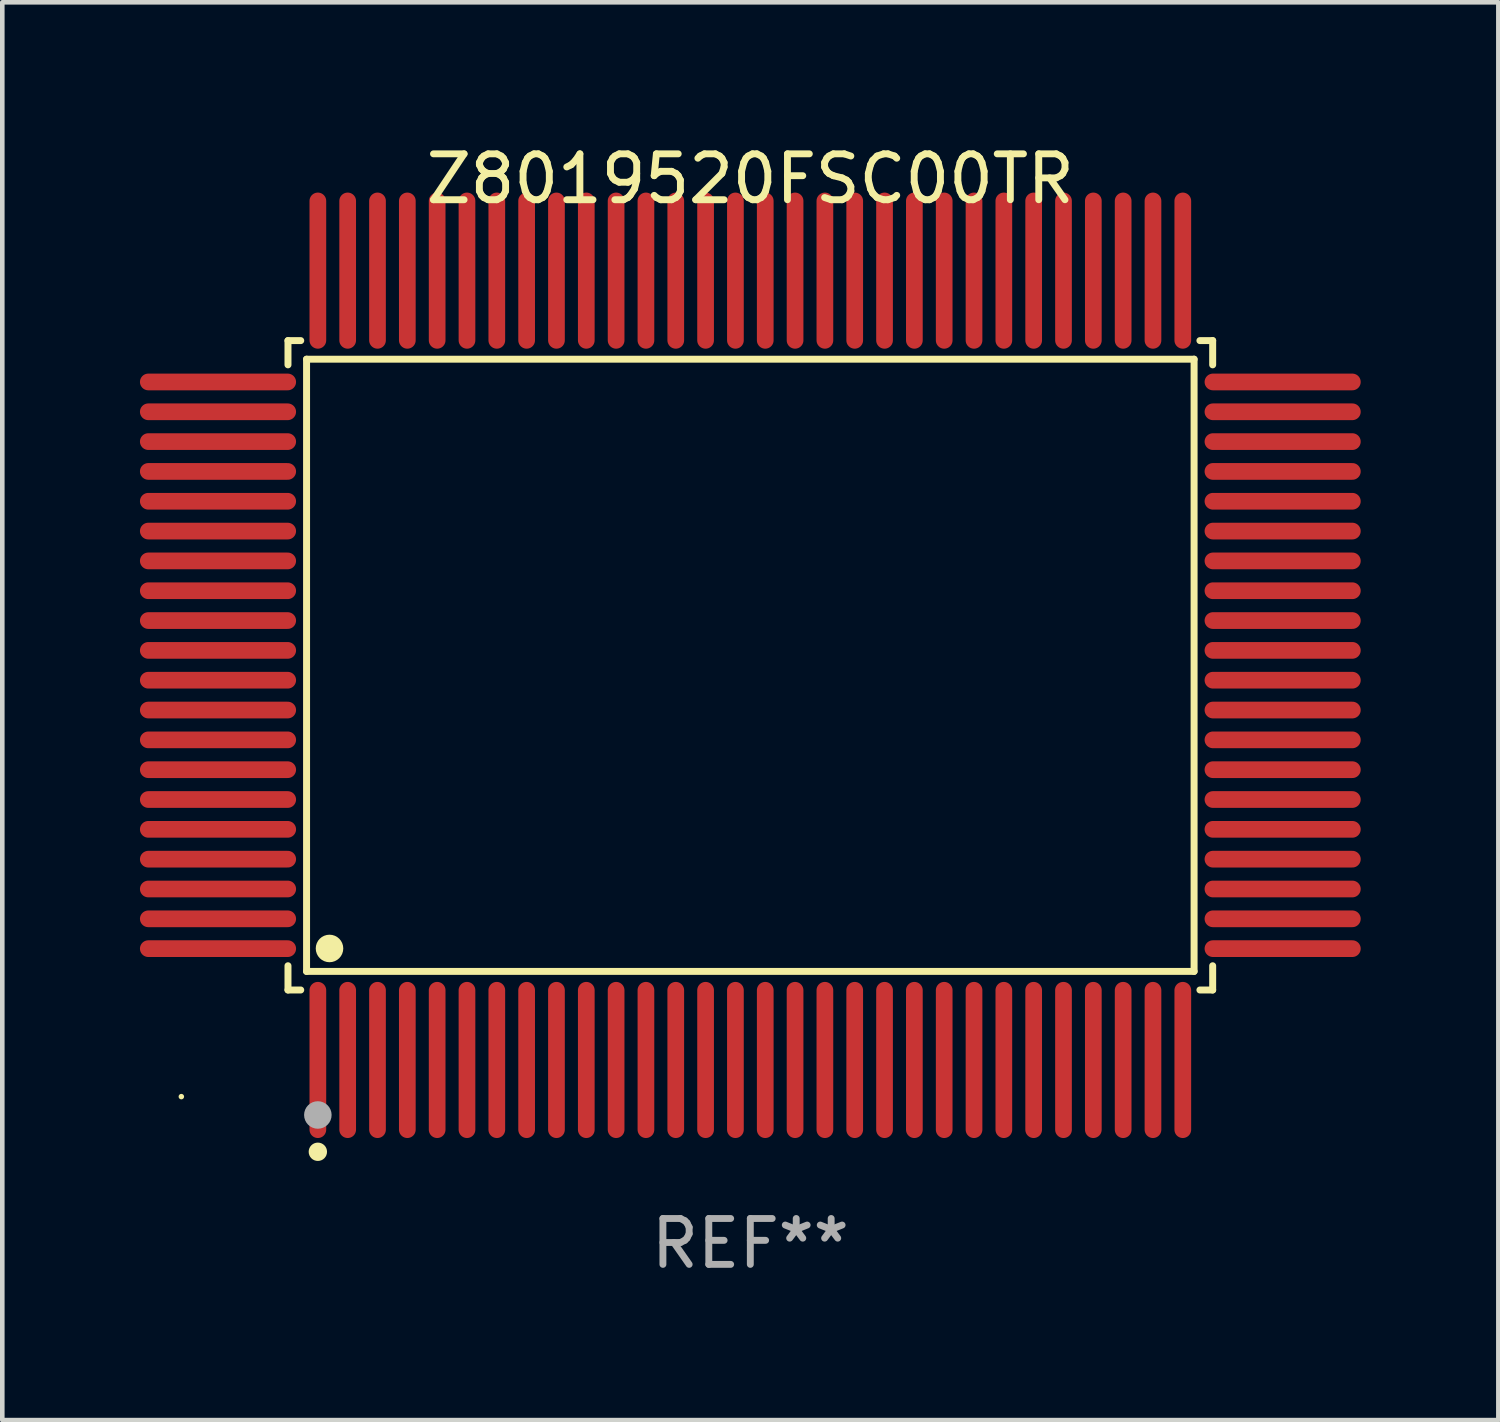
<source format=kicad_pcb>
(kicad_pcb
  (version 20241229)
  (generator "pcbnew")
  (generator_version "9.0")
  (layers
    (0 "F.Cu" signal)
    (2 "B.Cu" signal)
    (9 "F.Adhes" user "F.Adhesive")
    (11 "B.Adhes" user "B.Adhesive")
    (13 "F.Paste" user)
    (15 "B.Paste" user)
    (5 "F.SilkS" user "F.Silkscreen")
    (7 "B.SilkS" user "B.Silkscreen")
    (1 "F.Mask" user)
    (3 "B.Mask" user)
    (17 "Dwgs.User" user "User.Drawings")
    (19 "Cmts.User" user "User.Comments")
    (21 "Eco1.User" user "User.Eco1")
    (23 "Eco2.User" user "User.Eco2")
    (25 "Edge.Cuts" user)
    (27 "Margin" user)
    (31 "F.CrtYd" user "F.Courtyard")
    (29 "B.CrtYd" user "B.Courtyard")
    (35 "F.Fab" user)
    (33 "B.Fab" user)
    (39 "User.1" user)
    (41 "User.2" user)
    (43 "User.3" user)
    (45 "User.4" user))
  (footprint "Z8019520FSC00TR"
    (layer "F.Cu")
    (at 13.302 11.449)
    (property "Reference" "Z8019520FSC00TR" (at 0 -10.601 0) (layer "F.SilkS") (effects (font (size 1 1) (thickness 0.15))))
    (attr through_hole)
    (fp_line (start -10.076 -7.076) (end -9.798 -7.076) (stroke (width 0.152) (type solid)) (layer "F.SilkS"))
    (fp_line (start -10.076 -6.548) (end -10.076 -7.076) (stroke (width 0.152) (type solid)) (layer "F.SilkS"))
    (fp_line (start -10.076 6.548) (end -10.076 7.076) (stroke (width 0.152) (type solid)) (layer "F.SilkS"))
    (fp_line (start -10.076 7.076) (end -9.798 7.076) (stroke (width 0.152) (type solid)) (layer "F.SilkS"))
    (fp_line (start -9.671 -6.671) (end 9.671 -6.671) (stroke (width 0.152) (type solid)) (layer "F.SilkS"))
    (fp_line (start -9.671 6.671) (end -9.671 -6.671) (stroke (width 0.152) (type solid)) (layer "F.SilkS"))
    (fp_line (start 9.671 -6.671) (end 9.671 6.671) (stroke (width 0.152) (type solid)) (layer "F.SilkS"))
    (fp_line (start 9.671 6.671) (end -9.671 6.671) (stroke (width 0.152) (type solid)) (layer "F.SilkS"))
    (fp_line (start 10.076 -7.076) (end 9.798 -7.076) (stroke (width 0.152) (type solid)) (layer "F.SilkS"))
    (fp_line (start 10.076 -6.548) (end 10.076 -7.076) (stroke (width 0.152) (type solid)) (layer "F.SilkS"))
    (fp_line (start 10.076 6.548) (end 10.076 7.076) (stroke (width 0.152) (type solid)) (layer "F.SilkS"))
    (fp_line (start 10.076 7.076) (end 9.798 7.076) (stroke (width 0.152) (type solid)) (layer "F.SilkS"))
    (fp_circle (center -12.4 9.4) (end -12.37 9.4) (stroke (width 0.06) (type solid)) (fill no) (layer "F.SilkS"))
    (fp_circle (center -9.425 10.602) (end -9.325 10.602) (stroke (width 0.2) (type solid)) (fill no) (layer "F.SilkS"))
    (fp_circle (center -9.171 6.171) (end -9.021 6.171) (stroke (width 0.3) (type solid)) (fill no) (layer "F.SilkS"))
    (fp_circle (center -9.425 9.8) (end -9.275 9.8) (stroke (width 0.3) (type solid)) (fill no) (layer "F.Fab"))
    (fp_text user "REF**" (at 0 12.601 0) (layer "F.Fab") (effects (font (size 1 1) (thickness 0.15))))
    (pad "1" smd oval (at -9.425 8.601) (size 0.364 3.402) (layers "F.Cu" "F.Mask" "F.Paste"))
    (pad "2" smd oval (at -8.775 8.601) (size 0.364 3.402) (layers "F.Cu" "F.Mask" "F.Paste"))
    (pad "3" smd oval (at -8.125 8.601) (size 0.364 3.402) (layers "F.Cu" "F.Mask" "F.Paste"))
    (pad "4" smd oval (at -7.475 8.601) (size 0.364 3.402) (layers "F.Cu" "F.Mask" "F.Paste"))
    (pad "5" smd oval (at -6.825 8.601) (size 0.364 3.402) (layers "F.Cu" "F.Mask" "F.Paste"))
    (pad "6" smd oval (at -6.175 8.601) (size 0.364 3.402) (layers "F.Cu" "F.Mask" "F.Paste"))
    (pad "7" smd oval (at -5.525 8.601) (size 0.364 3.402) (layers "F.Cu" "F.Mask" "F.Paste"))
    (pad "8" smd oval (at -4.875 8.601) (size 0.364 3.402) (layers "F.Cu" "F.Mask" "F.Paste"))
    (pad "9" smd oval (at -4.225 8.601) (size 0.364 3.402) (layers "F.Cu" "F.Mask" "F.Paste"))
    (pad "10" smd oval (at -3.575 8.601) (size 0.364 3.402) (layers "F.Cu" "F.Mask" "F.Paste"))
    (pad "11" smd oval (at -2.925 8.601) (size 0.364 3.402) (layers "F.Cu" "F.Mask" "F.Paste"))
    (pad "12" smd oval (at -2.275 8.601) (size 0.364 3.402) (layers "F.Cu" "F.Mask" "F.Paste"))
    (pad "13" smd oval (at -1.625 8.601) (size 0.364 3.402) (layers "F.Cu" "F.Mask" "F.Paste"))
    (pad "14" smd oval (at -0.975 8.601) (size 0.364 3.402) (layers "F.Cu" "F.Mask" "F.Paste"))
    (pad "15" smd oval (at -0.325 8.601) (size 0.364 3.402) (layers "F.Cu" "F.Mask" "F.Paste"))
    (pad "16" smd oval (at 0.325 8.601) (size 0.364 3.402) (layers "F.Cu" "F.Mask" "F.Paste"))
    (pad "17" smd oval (at 0.975 8.601) (size 0.364 3.402) (layers "F.Cu" "F.Mask" "F.Paste"))
    (pad "18" smd oval (at 1.625 8.601) (size 0.364 3.402) (layers "F.Cu" "F.Mask" "F.Paste"))
    (pad "19" smd oval (at 2.275 8.601) (size 0.364 3.402) (layers "F.Cu" "F.Mask" "F.Paste"))
    (pad "20" smd oval (at 2.925 8.601) (size 0.364 3.402) (layers "F.Cu" "F.Mask" "F.Paste"))
    (pad "21" smd oval (at 3.575 8.601) (size 0.364 3.402) (layers "F.Cu" "F.Mask" "F.Paste"))
    (pad "22" smd oval (at 4.225 8.601) (size 0.364 3.402) (layers "F.Cu" "F.Mask" "F.Paste"))
    (pad "23" smd oval (at 4.875 8.601) (size 0.364 3.402) (layers "F.Cu" "F.Mask" "F.Paste"))
    (pad "24" smd oval (at 5.525 8.601) (size 0.364 3.402) (layers "F.Cu" "F.Mask" "F.Paste"))
    (pad "25" smd oval (at 6.175 8.601) (size 0.364 3.402) (layers "F.Cu" "F.Mask" "F.Paste"))
    (pad "26" smd oval (at 6.825 8.601) (size 0.364 3.402) (layers "F.Cu" "F.Mask" "F.Paste"))
    (pad "27" smd oval (at 7.475 8.601) (size 0.364 3.402) (layers "F.Cu" "F.Mask" "F.Paste"))
    (pad "28" smd oval (at 8.125 8.601) (size 0.364 3.402) (layers "F.Cu" "F.Mask" "F.Paste"))
    (pad "29" smd oval (at 8.775 8.601) (size 0.364 3.402) (layers "F.Cu" "F.Mask" "F.Paste"))
    (pad "30" smd oval (at 9.425 8.601) (size 0.364 3.402) (layers "F.Cu" "F.Mask" "F.Paste"))
    (pad "31" smd oval (at 11.601 6.175) (size 3.402 0.364) (layers "F.Cu" "F.Mask" "F.Paste"))
    (pad "32" smd oval (at 11.601 5.525) (size 3.402 0.364) (layers "F.Cu" "F.Mask" "F.Paste"))
    (pad "33" smd oval (at 11.601 4.875) (size 3.402 0.364) (layers "F.Cu" "F.Mask" "F.Paste"))
    (pad "34" smd oval (at 11.601 4.225) (size 3.402 0.364) (layers "F.Cu" "F.Mask" "F.Paste"))
    (pad "35" smd oval (at 11.601 3.575) (size 3.402 0.364) (layers "F.Cu" "F.Mask" "F.Paste"))
    (pad "36" smd oval (at 11.601 2.925) (size 3.402 0.364) (layers "F.Cu" "F.Mask" "F.Paste"))
    (pad "37" smd oval (at 11.601 2.275) (size 3.402 0.364) (layers "F.Cu" "F.Mask" "F.Paste"))
    (pad "38" smd oval (at 11.601 1.625) (size 3.402 0.364) (layers "F.Cu" "F.Mask" "F.Paste"))
    (pad "39" smd oval (at 11.601 0.975) (size 3.402 0.364) (layers "F.Cu" "F.Mask" "F.Paste"))
    (pad "40" smd oval (at 11.601 0.325) (size 3.402 0.364) (layers "F.Cu" "F.Mask" "F.Paste"))
    (pad "41" smd oval (at 11.601 -0.325) (size 3.402 0.364) (layers "F.Cu" "F.Mask" "F.Paste"))
    (pad "42" smd oval (at 11.601 -0.975) (size 3.402 0.364) (layers "F.Cu" "F.Mask" "F.Paste"))
    (pad "43" smd oval (at 11.601 -1.625) (size 3.402 0.364) (layers "F.Cu" "F.Mask" "F.Paste"))
    (pad "44" smd oval (at 11.601 -2.275) (size 3.402 0.364) (layers "F.Cu" "F.Mask" "F.Paste"))
    (pad "45" smd oval (at 11.601 -2.925) (size 3.402 0.364) (layers "F.Cu" "F.Mask" "F.Paste"))
    (pad "46" smd oval (at 11.601 -3.575) (size 3.402 0.364) (layers "F.Cu" "F.Mask" "F.Paste"))
    (pad "47" smd oval (at 11.601 -4.225) (size 3.402 0.364) (layers "F.Cu" "F.Mask" "F.Paste"))
    (pad "48" smd oval (at 11.601 -4.875) (size 3.402 0.364) (layers "F.Cu" "F.Mask" "F.Paste"))
    (pad "49" smd oval (at 11.601 -5.525) (size 3.402 0.364) (layers "F.Cu" "F.Mask" "F.Paste"))
    (pad "50" smd oval (at 11.601 -6.175) (size 3.402 0.364) (layers "F.Cu" "F.Mask" "F.Paste"))
    (pad "51" smd oval (at 9.425 -8.601) (size 0.364 3.402) (layers "F.Cu" "F.Mask" "F.Paste"))
    (pad "52" smd oval (at 8.775 -8.601) (size 0.364 3.402) (layers "F.Cu" "F.Mask" "F.Paste"))
    (pad "53" smd oval (at 8.125 -8.601) (size 0.364 3.402) (layers "F.Cu" "F.Mask" "F.Paste"))
    (pad "54" smd oval (at 7.475 -8.601) (size 0.364 3.402) (layers "F.Cu" "F.Mask" "F.Paste"))
    (pad "55" smd oval (at 6.825 -8.601) (size 0.364 3.402) (layers "F.Cu" "F.Mask" "F.Paste"))
    (pad "56" smd oval (at 6.175 -8.601) (size 0.364 3.402) (layers "F.Cu" "F.Mask" "F.Paste"))
    (pad "57" smd oval (at 5.525 -8.601) (size 0.364 3.402) (layers "F.Cu" "F.Mask" "F.Paste"))
    (pad "58" smd oval (at 4.875 -8.601) (size 0.364 3.402) (layers "F.Cu" "F.Mask" "F.Paste"))
    (pad "59" smd oval (at 4.225 -8.601) (size 0.364 3.402) (layers "F.Cu" "F.Mask" "F.Paste"))
    (pad "60" smd oval (at 3.575 -8.601) (size 0.364 3.402) (layers "F.Cu" "F.Mask" "F.Paste"))
    (pad "61" smd oval (at 2.925 -8.601) (size 0.364 3.402) (layers "F.Cu" "F.Mask" "F.Paste"))
    (pad "62" smd oval (at 2.275 -8.601) (size 0.364 3.402) (layers "F.Cu" "F.Mask" "F.Paste"))
    (pad "63" smd oval (at 1.625 -8.601) (size 0.364 3.402) (layers "F.Cu" "F.Mask" "F.Paste"))
    (pad "64" smd oval (at 0.975 -8.601) (size 0.364 3.402) (layers "F.Cu" "F.Mask" "F.Paste"))
    (pad "65" smd oval (at 0.325 -8.601) (size 0.364 3.402) (layers "F.Cu" "F.Mask" "F.Paste"))
    (pad "66" smd oval (at -0.325 -8.601) (size 0.364 3.402) (layers "F.Cu" "F.Mask" "F.Paste"))
    (pad "67" smd oval (at -0.975 -8.601) (size 0.364 3.402) (layers "F.Cu" "F.Mask" "F.Paste"))
    (pad "68" smd oval (at -1.625 -8.601) (size 0.364 3.402) (layers "F.Cu" "F.Mask" "F.Paste"))
    (pad "69" smd oval (at -2.275 -8.601) (size 0.364 3.402) (layers "F.Cu" "F.Mask" "F.Paste"))
    (pad "70" smd oval (at -2.925 -8.601) (size 0.364 3.402) (layers "F.Cu" "F.Mask" "F.Paste"))
    (pad "71" smd oval (at -3.575 -8.601) (size 0.364 3.402) (layers "F.Cu" "F.Mask" "F.Paste"))
    (pad "72" smd oval (at -4.225 -8.601) (size 0.364 3.402) (layers "F.Cu" "F.Mask" "F.Paste"))
    (pad "73" smd oval (at -4.875 -8.601) (size 0.364 3.402) (layers "F.Cu" "F.Mask" "F.Paste"))
    (pad "74" smd oval (at -5.525 -8.601) (size 0.364 3.402) (layers "F.Cu" "F.Mask" "F.Paste"))
    (pad "75" smd oval (at -6.175 -8.601) (size 0.364 3.402) (layers "F.Cu" "F.Mask" "F.Paste"))
    (pad "76" smd oval (at -6.825 -8.601) (size 0.364 3.402) (layers "F.Cu" "F.Mask" "F.Paste"))
    (pad "77" smd oval (at -7.475 -8.601) (size 0.364 3.402) (layers "F.Cu" "F.Mask" "F.Paste"))
    (pad "78" smd oval (at -8.125 -8.601) (size 0.364 3.402) (layers "F.Cu" "F.Mask" "F.Paste"))
    (pad "79" smd oval (at -8.775 -8.601) (size 0.364 3.402) (layers "F.Cu" "F.Mask" "F.Paste"))
    (pad "80" smd oval (at -9.425 -8.601) (size 0.364 3.402) (layers "F.Cu" "F.Mask" "F.Paste"))
    (pad "81" smd oval (at -11.601 -6.175) (size 3.402 0.364) (layers "F.Cu" "F.Mask" "F.Paste"))
    (pad "82" smd oval (at -11.601 -5.525) (size 3.402 0.364) (layers "F.Cu" "F.Mask" "F.Paste"))
    (pad "83" smd oval (at -11.601 -4.875) (size 3.402 0.364) (layers "F.Cu" "F.Mask" "F.Paste"))
    (pad "84" smd oval (at -11.601 -4.225) (size 3.402 0.364) (layers "F.Cu" "F.Mask" "F.Paste"))
    (pad "85" smd oval (at -11.601 -3.575) (size 3.402 0.364) (layers "F.Cu" "F.Mask" "F.Paste"))
    (pad "86" smd oval (at -11.601 -2.925) (size 3.402 0.364) (layers "F.Cu" "F.Mask" "F.Paste"))
    (pad "87" smd oval (at -11.601 -2.275) (size 3.402 0.364) (layers "F.Cu" "F.Mask" "F.Paste"))
    (pad "88" smd oval (at -11.601 -1.625) (size 3.402 0.364) (layers "F.Cu" "F.Mask" "F.Paste"))
    (pad "89" smd oval (at -11.601 -0.975) (size 3.402 0.364) (layers "F.Cu" "F.Mask" "F.Paste"))
    (pad "90" smd oval (at -11.601 -0.325) (size 3.402 0.364) (layers "F.Cu" "F.Mask" "F.Paste"))
    (pad "91" smd oval (at -11.601 0.325) (size 3.402 0.364) (layers "F.Cu" "F.Mask" "F.Paste"))
    (pad "92" smd oval (at -11.601 0.975) (size 3.402 0.364) (layers "F.Cu" "F.Mask" "F.Paste"))
    (pad "93" smd oval (at -11.601 1.625) (size 3.402 0.364) (layers "F.Cu" "F.Mask" "F.Paste"))
    (pad "94" smd oval (at -11.601 2.275) (size 3.402 0.364) (layers "F.Cu" "F.Mask" "F.Paste"))
    (pad "95" smd oval (at -11.601 2.925) (size 3.402 0.364) (layers "F.Cu" "F.Mask" "F.Paste"))
    (pad "96" smd oval (at -11.601 3.575) (size 3.402 0.364) (layers "F.Cu" "F.Mask" "F.Paste"))
    (pad "97" smd oval (at -11.601 4.225) (size 3.402 0.364) (layers "F.Cu" "F.Mask" "F.Paste"))
    (pad "98" smd oval (at -11.601 4.875) (size 3.402 0.364) (layers "F.Cu" "F.Mask" "F.Paste"))
    (pad "99" smd oval (at -11.601 5.525) (size 3.402 0.364) (layers "F.Cu" "F.Mask" "F.Paste"))
    (pad "100" smd oval (at -11.601 6.175) (size 3.402 0.364) (layers "F.Cu" "F.Mask" "F.Paste")))
  (gr_rect
    (start -3 -3)
    (end 29.604 27.898)
    (stroke (width 0.1) (type default))
    (fill no)
    (layer "Edge.Cuts")))
</source>
